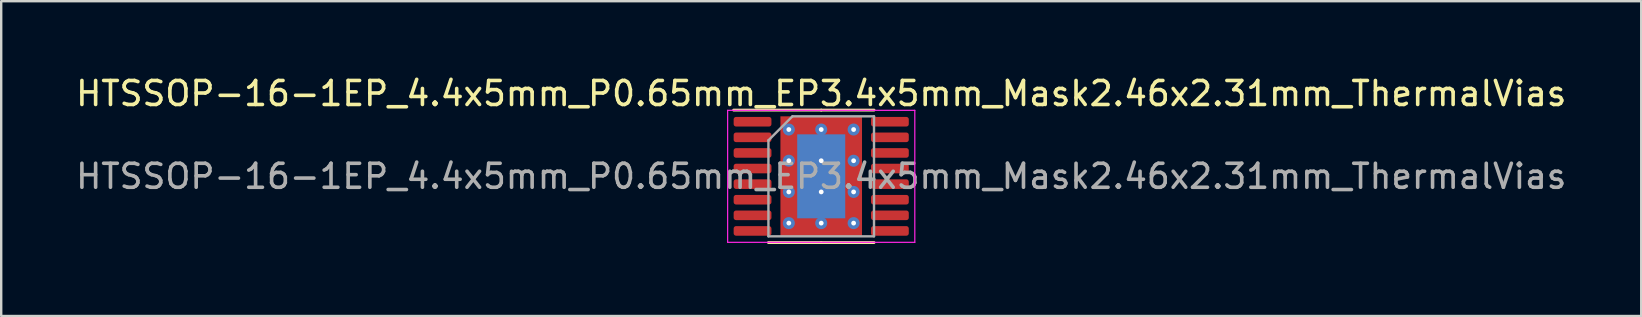
<source format=kicad_pcb>
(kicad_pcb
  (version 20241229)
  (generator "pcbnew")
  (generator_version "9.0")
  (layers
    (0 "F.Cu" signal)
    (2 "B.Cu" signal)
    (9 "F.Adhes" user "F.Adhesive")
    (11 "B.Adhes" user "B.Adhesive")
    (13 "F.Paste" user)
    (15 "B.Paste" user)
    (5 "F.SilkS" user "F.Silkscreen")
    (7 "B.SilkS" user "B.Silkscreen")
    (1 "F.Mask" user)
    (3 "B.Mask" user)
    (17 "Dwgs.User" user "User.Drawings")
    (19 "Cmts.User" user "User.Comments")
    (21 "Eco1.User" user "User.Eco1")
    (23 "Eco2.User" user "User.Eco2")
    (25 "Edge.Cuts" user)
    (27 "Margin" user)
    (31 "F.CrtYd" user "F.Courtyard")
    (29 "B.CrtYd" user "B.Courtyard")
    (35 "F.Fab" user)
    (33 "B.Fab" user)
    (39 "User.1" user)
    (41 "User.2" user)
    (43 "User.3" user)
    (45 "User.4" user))
  (footprint "HTSSOP-16-1EP_4.4x5mm_P0.65mm_EP3.4x5mm_Mask2.46x2.31mm_ThermalVias"
    (layer "F.Cu")
    (at 31.173 4.298)
    (property "Reference" "HTSSOP-16-1EP_4.4x5mm_P0.65mm_EP3.4x5mm_Mask2.46x2.31mm_ThermalVias" (at 0 -3.45 0) (layer "F.SilkS") (effects (font (size 1 1) (thickness 0.15))))
    (attr smd)
    (fp_line (start 0 -2.76) (end -3.65 -2.76) (stroke (width 0.12) (type solid)) (layer "F.SilkS"))
    (fp_line (start 0 -2.76) (end 2.2 -2.76) (stroke (width 0.12) (type solid)) (layer "F.SilkS"))
    (fp_line (start 0 2.76) (end -2.2 2.76) (stroke (width 0.12) (type solid)) (layer "F.SilkS"))
    (fp_line (start 0 2.76) (end 2.2 2.76) (stroke (width 0.12) (type solid)) (layer "F.SilkS"))
    (fp_line (start -3.9 -2.75) (end -3.9 2.75) (stroke (width 0.05) (type solid)) (layer "F.CrtYd"))
    (fp_line (start -3.9 2.75) (end 3.9 2.75) (stroke (width 0.05) (type solid)) (layer "F.CrtYd"))
    (fp_line (start 3.9 -2.75) (end -3.9 -2.75) (stroke (width 0.05) (type solid)) (layer "F.CrtYd"))
    (fp_line (start 3.9 2.75) (end 3.9 -2.75) (stroke (width 0.05) (type solid)) (layer "F.CrtYd"))
    (fp_line (start -2.2 -1.5) (end -1.2 -2.5) (stroke (width 0.1) (type solid)) (layer "F.Fab"))
    (fp_line (start -2.2 2.5) (end -2.2 -1.5) (stroke (width 0.1) (type solid)) (layer "F.Fab"))
    (fp_line (start -1.2 -2.5) (end 2.2 -2.5) (stroke (width 0.1) (type solid)) (layer "F.Fab"))
    (fp_line (start 2.2 -2.5) (end 2.2 2.5) (stroke (width 0.1) (type solid)) (layer "F.Fab"))
    (fp_line (start 2.2 2.5) (end -2.2 2.5) (stroke (width 0.1) (type solid)) (layer "F.Fab"))
    (fp_text user "${REFERENCE}" (at 0 0 0) (layer "F.Fab") (effects (font (size 1 1) (thickness 0.15))))
    (pad "" smd roundrect (at 0 -0.58) (size 1.98 0.93) (layers "F.Paste") (roundrect_rratio 0.25))
    (pad "" smd rect (at 0 0) (size 2.46 3.55) (layers "F.Mask"))
    (pad "" smd roundrect (at 0 0.58) (size 1.98 0.93) (layers "F.Paste") (roundrect_rratio 0.25))
    (pad "1" smd roundrect (at -2.862 -2.275) (size 1.575 0.4) (layers "F.Cu" "F.Mask" "F.Paste") (roundrect_rratio 0.25))
    (pad "2" smd roundrect (at -2.862 -1.625) (size 1.575 0.4) (layers "F.Cu" "F.Mask" "F.Paste") (roundrect_rratio 0.25))
    (pad "3" smd roundrect (at -2.862 -0.975) (size 1.575 0.4) (layers "F.Cu" "F.Mask" "F.Paste") (roundrect_rratio 0.25))
    (pad "4" smd roundrect (at -2.862 -0.325) (size 1.575 0.4) (layers "F.Cu" "F.Mask" "F.Paste") (roundrect_rratio 0.25))
    (pad "5" smd roundrect (at -2.862 0.325) (size 1.575 0.4) (layers "F.Cu" "F.Mask" "F.Paste") (roundrect_rratio 0.25))
    (pad "6" smd roundrect (at -2.862 0.975) (size 1.575 0.4) (layers "F.Cu" "F.Mask" "F.Paste") (roundrect_rratio 0.25))
    (pad "7" smd roundrect (at -2.862 1.625) (size 1.575 0.4) (layers "F.Cu" "F.Mask" "F.Paste") (roundrect_rratio 0.25))
    (pad "8" smd roundrect (at -2.862 2.275) (size 1.575 0.4) (layers "F.Cu" "F.Mask" "F.Paste") (roundrect_rratio 0.25))
    (pad "9" smd roundrect (at 2.862 2.275) (size 1.575 0.4) (layers "F.Cu" "F.Mask" "F.Paste") (roundrect_rratio 0.25))
    (pad "10" smd roundrect (at 2.862 1.625) (size 1.575 0.4) (layers "F.Cu" "F.Mask" "F.Paste") (roundrect_rratio 0.25))
    (pad "11" smd roundrect (at 2.862 0.975) (size 1.575 0.4) (layers "F.Cu" "F.Mask" "F.Paste") (roundrect_rratio 0.25))
    (pad "12" smd roundrect (at 2.862 0.325) (size 1.575 0.4) (layers "F.Cu" "F.Mask" "F.Paste") (roundrect_rratio 0.25))
    (pad "13" smd roundrect (at 2.862 -0.325) (size 1.575 0.4) (layers "F.Cu" "F.Mask" "F.Paste") (roundrect_rratio 0.25))
    (pad "14" smd roundrect (at 2.862 -0.975) (size 1.575 0.4) (layers "F.Cu" "F.Mask" "F.Paste") (roundrect_rratio 0.25))
    (pad "15" smd roundrect (at 2.862 -1.625) (size 1.575 0.4) (layers "F.Cu" "F.Mask" "F.Paste") (roundrect_rratio 0.25))
    (pad "16" smd roundrect (at 2.862 -2.275) (size 1.575 0.4) (layers "F.Cu" "F.Mask" "F.Paste") (roundrect_rratio 0.25))
    (pad "17" thru_hole circle (at -1.35 -1.95) (size 0.5 0.5) (drill 0.2) (layers "*.Cu"))
    (pad "17" thru_hole circle (at -1.35 -0.65) (size 0.5 0.5) (drill 0.2) (layers "*.Cu"))
    (pad "17" thru_hole circle (at -1.35 0.65) (size 0.5 0.5) (drill 0.2) (layers "*.Cu"))
    (pad "17" thru_hole circle (at -1.35 1.95) (size 0.5 0.5) (drill 0.2) (layers "*.Cu"))
    (pad "17" thru_hole circle (at 0 -1.95) (size 0.5 0.5) (drill 0.2) (layers "*.Cu"))
    (pad "17" thru_hole circle (at 0 -0.65) (size 0.5 0.5) (drill 0.2) (layers "*.Cu"))
    (pad "17" smd rect (at 0 0) (size 2 3.5) (layers "B.Cu"))
    (pad "17" smd rect (at 0 0) (size 3.4 5) (layers "F.Cu"))
    (pad "17" thru_hole circle (at 0 0.65) (size 0.5 0.5) (drill 0.2) (layers "*.Cu"))
    (pad "17" thru_hole circle (at 0 1.95) (size 0.5 0.5) (drill 0.2) (layers "*.Cu"))
    (pad "17" thru_hole circle (at 1.35 -1.95) (size 0.5 0.5) (drill 0.2) (layers "*.Cu"))
    (pad "17" thru_hole circle (at 1.35 -0.65) (size 0.5 0.5) (drill 0.2) (layers "*.Cu"))
    (pad "17" thru_hole circle (at 1.35 0.65) (size 0.5 0.5) (drill 0.2) (layers "*.Cu"))
    (pad "17" thru_hole circle (at 1.35 1.95) (size 0.5 0.5) (drill 0.2) (layers "*.Cu")))
  (gr_rect
    (start -3 -3)
    (end 65.345 10.118)
    (stroke (width 0.1) (type default))
    (fill no)
    (layer "Edge.Cuts")))
</source>
